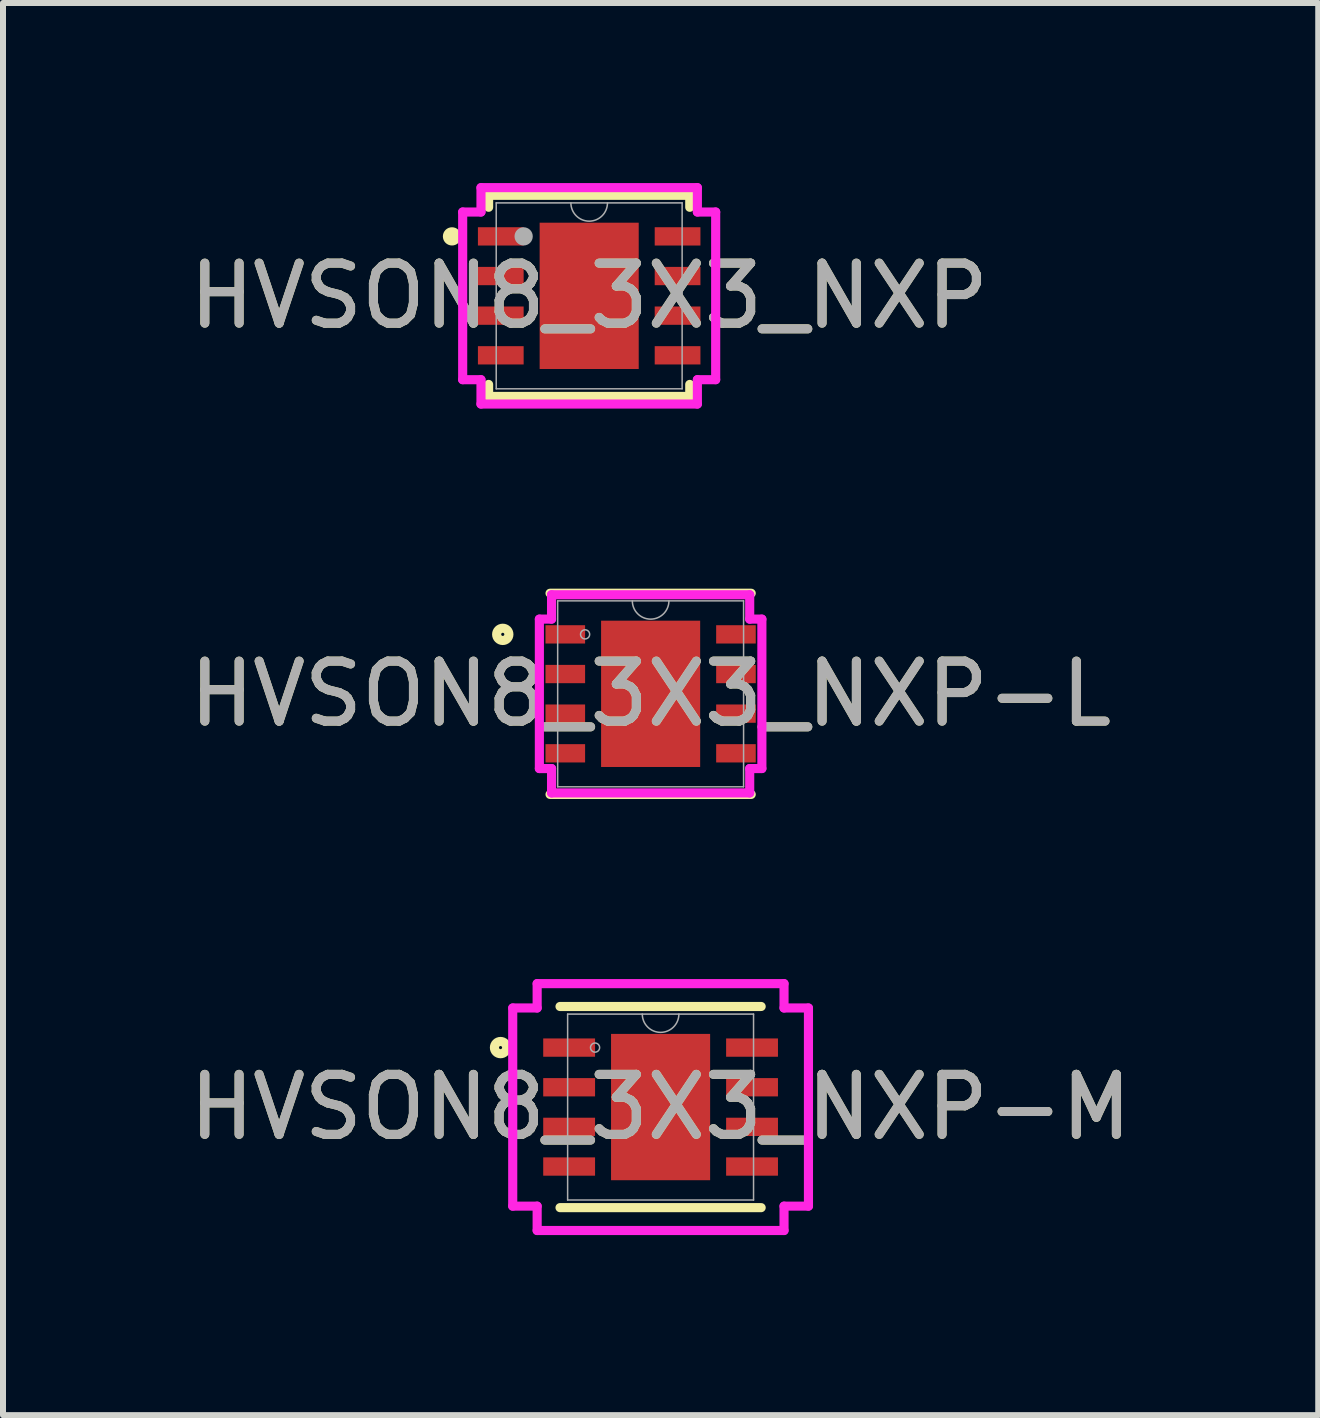
<source format=kicad_pcb>
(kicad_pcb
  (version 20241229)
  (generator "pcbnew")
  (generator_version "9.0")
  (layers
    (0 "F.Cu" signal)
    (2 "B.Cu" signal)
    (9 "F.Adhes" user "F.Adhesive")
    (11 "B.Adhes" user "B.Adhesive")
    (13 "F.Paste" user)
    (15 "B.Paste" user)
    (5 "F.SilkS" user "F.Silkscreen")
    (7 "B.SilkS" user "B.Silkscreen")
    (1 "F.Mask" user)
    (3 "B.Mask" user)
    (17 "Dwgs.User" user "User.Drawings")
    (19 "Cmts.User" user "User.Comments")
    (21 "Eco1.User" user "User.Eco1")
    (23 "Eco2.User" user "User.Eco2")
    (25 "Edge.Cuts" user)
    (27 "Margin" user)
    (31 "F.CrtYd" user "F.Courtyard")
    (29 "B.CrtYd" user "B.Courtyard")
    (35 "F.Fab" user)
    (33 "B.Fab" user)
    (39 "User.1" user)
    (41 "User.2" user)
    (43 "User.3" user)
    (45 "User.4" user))
  (footprint "HVSON8_3X3_NXP-M"
    (layer "F.Cu")
    (at 7.958 15.398)
    (property "Reference" "HVSON8_3X3_NXP-M" (at 0 0 0) (unlocked yes) (layer "F.SilkS") (effects (font (size 1 1) (thickness 0.15))))
    (attr smd)
    (fp_line (start -1.676 1.676) (end 1.676 1.676) (stroke (width 0.152) (type solid)) (layer "F.SilkS"))
    (fp_line (start 1.676 -1.676) (end -1.676 -1.676) (stroke (width 0.152) (type solid)) (layer "F.SilkS"))
    (fp_circle (center -2.667 -0.991) (end -2.565 -0.991) (stroke (width 0.152) (type solid)) (fill no) (layer "F.SilkS"))
    (fp_line (start -2.464 -1.651) (end -2.057 -1.651) (stroke (width 0.152) (type solid)) (layer "F.CrtYd"))
    (fp_line (start -2.464 1.651) (end -2.464 -1.651) (stroke (width 0.152) (type solid)) (layer "F.CrtYd"))
    (fp_line (start -2.464 1.651) (end -2.057 1.651) (stroke (width 0.152) (type solid)) (layer "F.CrtYd"))
    (fp_line (start -2.057 -2.057) (end 2.057 -2.057) (stroke (width 0.152) (type solid)) (layer "F.CrtYd"))
    (fp_line (start -2.057 -1.651) (end -2.057 -2.057) (stroke (width 0.152) (type solid)) (layer "F.CrtYd"))
    (fp_line (start -2.057 2.057) (end -2.057 1.651) (stroke (width 0.152) (type solid)) (layer "F.CrtYd"))
    (fp_line (start 2.057 -2.057) (end 2.057 -1.651) (stroke (width 0.152) (type solid)) (layer "F.CrtYd"))
    (fp_line (start 2.057 1.651) (end 2.057 2.057) (stroke (width 0.152) (type solid)) (layer "F.CrtYd"))
    (fp_line (start 2.057 2.057) (end -2.057 2.057) (stroke (width 0.152) (type solid)) (layer "F.CrtYd"))
    (fp_line (start 2.464 -1.651) (end 2.057 -1.651) (stroke (width 0.152) (type solid)) (layer "F.CrtYd"))
    (fp_line (start 2.464 -1.651) (end 2.464 1.651) (stroke (width 0.152) (type solid)) (layer "F.CrtYd"))
    (fp_line (start 2.464 1.651) (end 2.057 1.651) (stroke (width 0.152) (type solid)) (layer "F.CrtYd"))
    (fp_line (start -1.549 -1.549) (end -1.549 1.549) (stroke (width 0.025) (type solid)) (layer "F.Fab"))
    (fp_line (start -1.549 1.549) (end 1.549 1.549) (stroke (width 0.025) (type solid)) (layer "F.Fab"))
    (fp_line (start 1.549 -1.549) (end -1.549 -1.549) (stroke (width 0.025) (type solid)) (layer "F.Fab"))
    (fp_line (start 1.549 1.549) (end 1.549 -1.549) (stroke (width 0.025) (type solid)) (layer "F.Fab"))
    (fp_arc (start 0.3048 -1.5494) (mid 0 -1.2446) (end -0.3048 -1.5494) (stroke (width 0.0254) (type solid)) (layer "F.Fab"))
    (fp_circle (center -1.092 -0.991) (end -1.016 -0.991) (stroke (width 0.025) (type solid)) (fill no) (layer "F.Fab"))
    (fp_text user "${REFERENCE}" (at 0 0 0) (unlocked yes) (layer "F.Fab") (effects (font (size 1 1) (thickness 0.15))))
    (pad "1" smd rect (at -1.524 -0.991) (size 0.864 0.305) (layers "F.Cu" "F.Mask" "F.Paste"))
    (pad "2" smd rect (at -1.524 -0.33) (size 0.864 0.305) (layers "F.Cu" "F.Mask" "F.Paste"))
    (pad "3" smd rect (at -1.524 0.33) (size 0.864 0.305) (layers "F.Cu" "F.Mask" "F.Paste"))
    (pad "4" smd rect (at -1.524 0.991) (size 0.864 0.305) (layers "F.Cu" "F.Mask" "F.Paste"))
    (pad "5" smd rect (at 1.524 0.991) (size 0.864 0.305) (layers "F.Cu" "F.Mask" "F.Paste"))
    (pad "6" smd rect (at 1.524 0.33) (size 0.864 0.305) (layers "F.Cu" "F.Mask" "F.Paste"))
    (pad "7" smd rect (at 1.524 -0.33) (size 0.864 0.305) (layers "F.Cu" "F.Mask" "F.Paste"))
    (pad "8" smd rect (at 1.524 -0.991) (size 0.864 0.305) (layers "F.Cu" "F.Mask" "F.Paste"))
    (pad "9" smd rect (at 0 0) (size 1.651 2.438) (layers "F.Cu" "F.Mask" "F.Paste")))
  (footprint "HVSON8_3X3_NXP"
    (layer "F.Cu")
    (at 6.768 1.88)
    (property "Reference" "HVSON8_3X3_NXP" (at 0 0 0) (unlocked yes) (layer "F.SilkS") (effects (font (size 1 1) (thickness 0.15))))
    (attr smd)
    (fp_line (start -1.676 -1.676) (end -1.676 -1.476) (stroke (width 0.152) (type solid)) (layer "F.SilkS"))
    (fp_line (start -1.676 1.476) (end -1.676 1.676) (stroke (width 0.152) (type solid)) (layer "F.SilkS"))
    (fp_line (start -1.676 1.676) (end 1.676 1.676) (stroke (width 0.152) (type solid)) (layer "F.SilkS"))
    (fp_line (start 1.676 -1.676) (end -1.676 -1.676) (stroke (width 0.152) (type solid)) (layer "F.SilkS"))
    (fp_line (start 1.676 -1.476) (end 1.676 -1.676) (stroke (width 0.152) (type solid)) (layer "F.SilkS"))
    (fp_line (start 1.676 1.676) (end 1.676 1.476) (stroke (width 0.152) (type solid)) (layer "F.SilkS"))
    (fp_circle (center -2.286 -0.991) (end -2.21 -0.991) (stroke (width 0.152) (type solid)) (fill no) (layer "F.SilkS"))
    (fp_line (start -2.108 -1.397) (end -1.803 -1.397) (stroke (width 0.152) (type solid)) (layer "F.CrtYd"))
    (fp_line (start -2.108 1.397) (end -2.108 -1.397) (stroke (width 0.152) (type solid)) (layer "F.CrtYd"))
    (fp_line (start -2.108 1.397) (end -1.803 1.397) (stroke (width 0.152) (type solid)) (layer "F.CrtYd"))
    (fp_line (start -1.803 -1.803) (end 1.803 -1.803) (stroke (width 0.152) (type solid)) (layer "F.CrtYd"))
    (fp_line (start -1.803 -1.397) (end -1.803 -1.803) (stroke (width 0.152) (type solid)) (layer "F.CrtYd"))
    (fp_line (start -1.803 1.803) (end -1.803 1.397) (stroke (width 0.152) (type solid)) (layer "F.CrtYd"))
    (fp_line (start 1.803 -1.803) (end 1.803 -1.397) (stroke (width 0.152) (type solid)) (layer "F.CrtYd"))
    (fp_line (start 1.803 1.397) (end 1.803 1.803) (stroke (width 0.152) (type solid)) (layer "F.CrtYd"))
    (fp_line (start 1.803 1.803) (end -1.803 1.803) (stroke (width 0.152) (type solid)) (layer "F.CrtYd"))
    (fp_line (start 2.108 -1.397) (end 1.803 -1.397) (stroke (width 0.152) (type solid)) (layer "F.CrtYd"))
    (fp_line (start 2.108 -1.397) (end 2.108 1.397) (stroke (width 0.152) (type solid)) (layer "F.CrtYd"))
    (fp_line (start 2.108 1.397) (end 1.803 1.397) (stroke (width 0.152) (type solid)) (layer "F.CrtYd"))
    (fp_line (start -1.549 -1.549) (end -1.549 1.549) (stroke (width 0.025) (type solid)) (layer "F.Fab"))
    (fp_line (start -1.549 1.549) (end 1.549 1.549) (stroke (width 0.025) (type solid)) (layer "F.Fab"))
    (fp_line (start 1.549 -1.549) (end -1.549 -1.549) (stroke (width 0.025) (type solid)) (layer "F.Fab"))
    (fp_line (start 1.549 1.549) (end 1.549 -1.549) (stroke (width 0.025) (type solid)) (layer "F.Fab"))
    (fp_arc (start 0.3048 -1.5494) (mid 0 -1.2446) (end -0.3048 -1.5494) (stroke (width 0.0254) (type solid)) (layer "F.Fab"))
    (fp_circle (center -1.092 -0.991) (end -1.092 -0.991) (stroke (width 0.152) (type solid)) (fill no) (layer "F.Fab"))
    (fp_text user "${REFERENCE}" (at 0 0 0) (unlocked yes) (layer "F.Fab") (effects (font (size 1 1) (thickness 0.15))))
    (pad "1" smd rect (at -1.473 -0.991) (size 0.762 0.305) (layers "F.Cu" "F.Mask" "F.Paste"))
    (pad "2" smd rect (at -1.473 -0.33) (size 0.762 0.305) (layers "F.Cu" "F.Mask" "F.Paste"))
    (pad "3" smd rect (at -1.473 0.33) (size 0.762 0.305) (layers "F.Cu" "F.Mask" "F.Paste"))
    (pad "4" smd rect (at -1.473 0.991) (size 0.762 0.305) (layers "F.Cu" "F.Mask" "F.Paste"))
    (pad "5" smd rect (at 1.473 0.991) (size 0.762 0.305) (layers "F.Cu" "F.Mask" "F.Paste"))
    (pad "6" smd rect (at 1.473 0.33) (size 0.762 0.305) (layers "F.Cu" "F.Mask" "F.Paste"))
    (pad "7" smd rect (at 1.473 -0.33) (size 0.762 0.305) (layers "F.Cu" "F.Mask" "F.Paste"))
    (pad "8" smd rect (at 1.473 -0.991) (size 0.762 0.305) (layers "F.Cu" "F.Mask" "F.Paste"))
    (pad "9" smd rect (at 0 0) (size 1.651 2.438) (layers "F.Cu" "F.Mask" "F.Paste")))
  (footprint "HVSON8_3X3_NXP-L"
    (layer "F.Cu")
    (at 7.792 8.512)
    (property "Reference" "HVSON8_3X3_NXP-L" (at 0 0 0) (unlocked yes) (layer "F.SilkS") (effects (font (size 1 1) (thickness 0.15))))
    (attr smd)
    (fp_line (start -1.676 1.676) (end 1.676 1.676) (stroke (width 0.152) (type solid)) (layer "F.SilkS"))
    (fp_line (start 1.676 -1.676) (end -1.676 -1.676) (stroke (width 0.152) (type solid)) (layer "F.SilkS"))
    (fp_circle (center -2.464 -0.991) (end -2.362 -0.991) (stroke (width 0.152) (type solid)) (fill no) (layer "F.SilkS"))
    (fp_line (start -1.854 -1.245) (end -1.651 -1.245) (stroke (width 0.152) (type solid)) (layer "F.CrtYd"))
    (fp_line (start -1.854 1.245) (end -1.854 -1.245) (stroke (width 0.152) (type solid)) (layer "F.CrtYd"))
    (fp_line (start -1.854 1.245) (end -1.651 1.245) (stroke (width 0.152) (type solid)) (layer "F.CrtYd"))
    (fp_line (start -1.651 -1.651) (end 1.651 -1.651) (stroke (width 0.152) (type solid)) (layer "F.CrtYd"))
    (fp_line (start -1.651 -1.245) (end -1.651 -1.651) (stroke (width 0.152) (type solid)) (layer "F.CrtYd"))
    (fp_line (start -1.651 1.651) (end -1.651 1.245) (stroke (width 0.152) (type solid)) (layer "F.CrtYd"))
    (fp_line (start 1.651 -1.651) (end 1.651 -1.245) (stroke (width 0.152) (type solid)) (layer "F.CrtYd"))
    (fp_line (start 1.651 1.245) (end 1.651 1.651) (stroke (width 0.152) (type solid)) (layer "F.CrtYd"))
    (fp_line (start 1.651 1.651) (end -1.651 1.651) (stroke (width 0.152) (type solid)) (layer "F.CrtYd"))
    (fp_line (start 1.854 -1.245) (end 1.651 -1.245) (stroke (width 0.152) (type solid)) (layer "F.CrtYd"))
    (fp_line (start 1.854 -1.245) (end 1.854 1.245) (stroke (width 0.152) (type solid)) (layer "F.CrtYd"))
    (fp_line (start 1.854 1.245) (end 1.651 1.245) (stroke (width 0.152) (type solid)) (layer "F.CrtYd"))
    (fp_line (start -1.549 -1.549) (end -1.549 1.549) (stroke (width 0.025) (type solid)) (layer "F.Fab"))
    (fp_line (start -1.549 1.549) (end 1.549 1.549) (stroke (width 0.025) (type solid)) (layer "F.Fab"))
    (fp_line (start 1.549 -1.549) (end -1.549 -1.549) (stroke (width 0.025) (type solid)) (layer "F.Fab"))
    (fp_line (start 1.549 1.549) (end 1.549 -1.549) (stroke (width 0.025) (type solid)) (layer "F.Fab"))
    (fp_arc (start 0.3048 -1.5494) (mid 0 -1.2446) (end -0.3048 -1.5494) (stroke (width 0.0254) (type solid)) (layer "F.Fab"))
    (fp_circle (center -1.092 -0.991) (end -1.016 -0.991) (stroke (width 0.025) (type solid)) (fill no) (layer "F.Fab"))
    (fp_text user "${REFERENCE}" (at 0 0 0) (unlocked yes) (layer "F.Fab") (effects (font (size 1 1) (thickness 0.15))))
    (pad "1" smd rect (at -1.422 -0.991) (size 0.66 0.305) (layers "F.Cu" "F.Mask" "F.Paste"))
    (pad "2" smd rect (at -1.422 -0.33) (size 0.66 0.305) (layers "F.Cu" "F.Mask" "F.Paste"))
    (pad "3" smd rect (at -1.422 0.33) (size 0.66 0.305) (layers "F.Cu" "F.Mask" "F.Paste"))
    (pad "4" smd rect (at -1.422 0.991) (size 0.66 0.305) (layers "F.Cu" "F.Mask" "F.Paste"))
    (pad "5" smd rect (at 1.422 0.991) (size 0.66 0.305) (layers "F.Cu" "F.Mask" "F.Paste"))
    (pad "6" smd rect (at 1.422 0.33) (size 0.66 0.305) (layers "F.Cu" "F.Mask" "F.Paste"))
    (pad "7" smd rect (at 1.422 -0.33) (size 0.66 0.305) (layers "F.Cu" "F.Mask" "F.Paste"))
    (pad "8" smd rect (at 1.422 -0.991) (size 0.66 0.305) (layers "F.Cu" "F.Mask" "F.Paste"))
    (pad "9" smd rect (at 0 0) (size 1.651 2.438) (layers "F.Cu" "F.Mask" "F.Paste")))
  (gr_rect
    (start -3 -3)
    (end 18.917 20.532)
    (stroke (width 0.1) (type default))
    (fill no)
    (layer "Edge.Cuts")))
</source>
